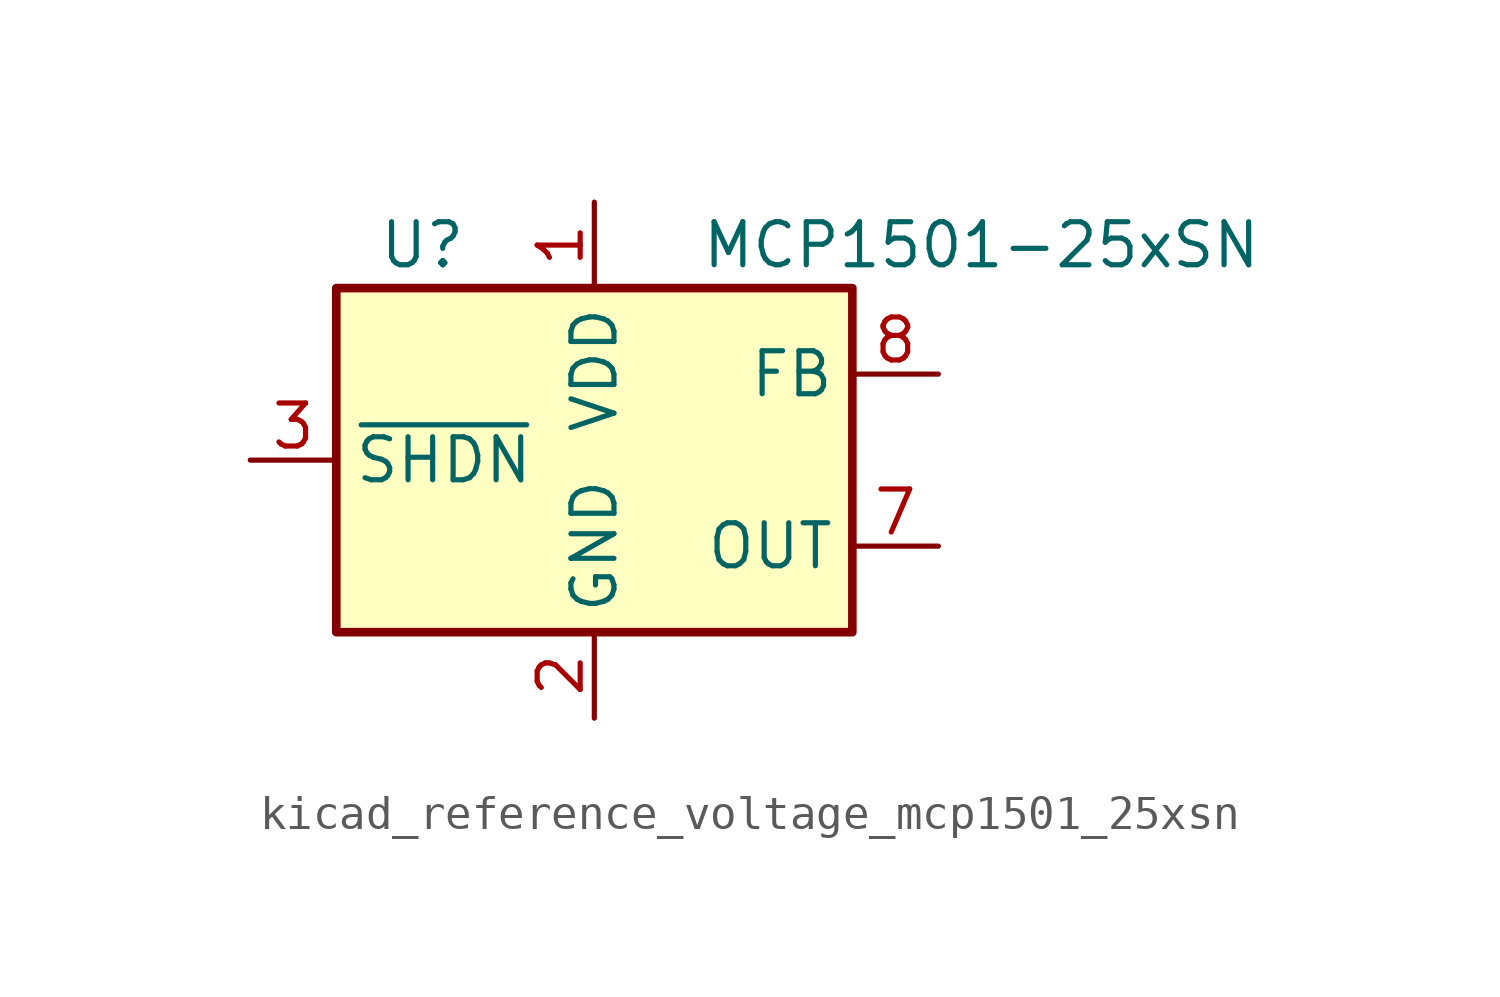
<source format=kicad_sym>
(kicad_symbol_lib
  (version 20220914)
  (generator kicad_symbol_editor)
  (symbol "kicad_reference_voltage_mcp1501_25xsn"
    (property "Reference" "U"
      (at -5.08 6.35 0)
      (effects (font (size 1.27 1.27))))
    (property "Value" "MCP1501-25xSN"
      (at 11.43 6.35 0)
      (effects (font (size 1.27 1.27))))
    (symbol "kicad_reference_voltage_mcp1501_25xsn_0_0"
      (pin power_in line (at 0 7.62 270) (length 2.54) (name "VDD" (effects (font (size 1.27 1.27)))) (number "1" (effects (font (size 1.27 1.27)))))
      (pin power_in line (at 0 -7.62 90) (length 2.54) (name "GND" (effects (font (size 1.27 1.27)))) (number "2" (effects (font (size 1.27 1.27)))))
      (pin input line (at -10.16 0 0) (length 2.54) (name "~{SHDN}" (effects (font (size 1.27 1.27)))) (number "3" (effects (font (size 1.27 1.27)))))
      (pin passive line (at 0 -7.62 90) (length 2.54) hide (name "GND" (effects (font (size 1.27 1.27)))) (number "4" (effects (font (size 1.27 1.27)))))
      (pin passive line (at 0 -7.62 90) (length 2.54) hide (name "GND" (effects (font (size 1.27 1.27)))) (number "5" (effects (font (size 1.27 1.27)))))
      (pin passive line (at 0 -7.62 90) (length 2.54) hide (name "GND" (effects (font (size 1.27 1.27)))) (number "6" (effects (font (size 1.27 1.27)))))
      (pin power_out line (at 10.16 -2.54 180) (length 2.54) (name "OUT" (effects (font (size 1.27 1.27)))) (number "7" (effects (font (size 1.27 1.27)))))
      (pin input line (at 10.16 2.54 180) (length 2.54) (name "FB" (effects (font (size 1.27 1.27)))) (number "8" (effects (font (size 1.27 1.27))))))
    (symbol "kicad_reference_voltage_mcp1501_25xsn_0_1"
      (rectangle (start -7.62 5.08) (end 7.62 -5.08) (stroke (width 0.254) (type default)) (fill (type background))))))
</source>
